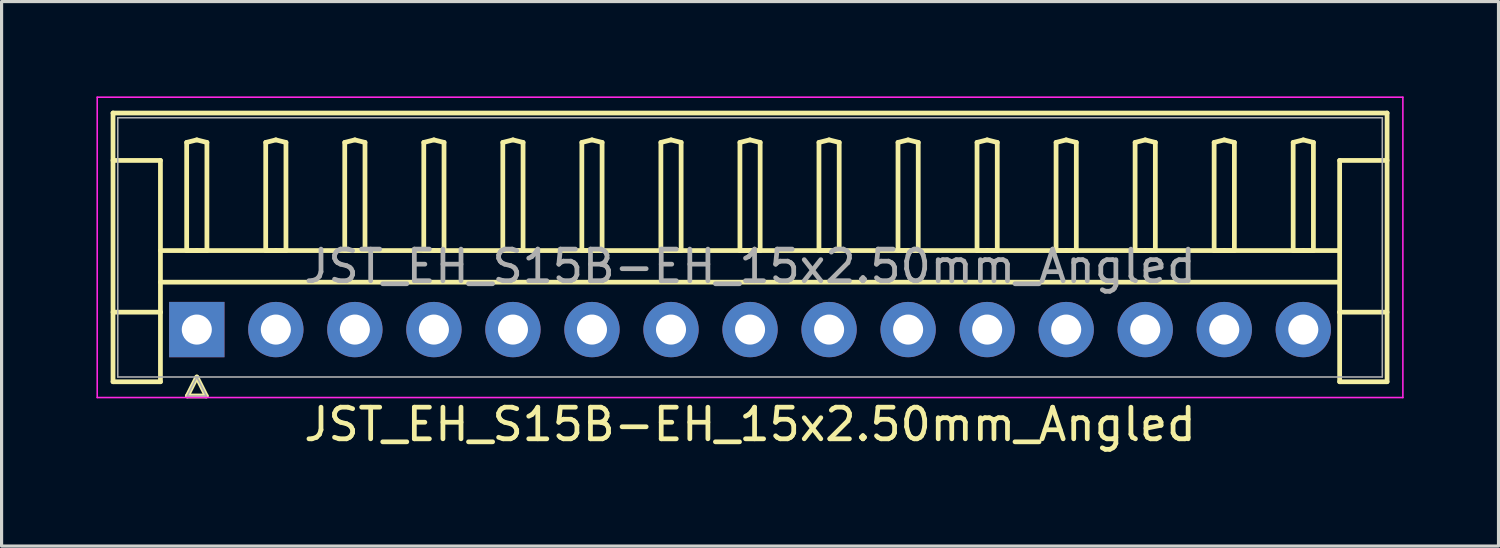
<source format=kicad_pcb>
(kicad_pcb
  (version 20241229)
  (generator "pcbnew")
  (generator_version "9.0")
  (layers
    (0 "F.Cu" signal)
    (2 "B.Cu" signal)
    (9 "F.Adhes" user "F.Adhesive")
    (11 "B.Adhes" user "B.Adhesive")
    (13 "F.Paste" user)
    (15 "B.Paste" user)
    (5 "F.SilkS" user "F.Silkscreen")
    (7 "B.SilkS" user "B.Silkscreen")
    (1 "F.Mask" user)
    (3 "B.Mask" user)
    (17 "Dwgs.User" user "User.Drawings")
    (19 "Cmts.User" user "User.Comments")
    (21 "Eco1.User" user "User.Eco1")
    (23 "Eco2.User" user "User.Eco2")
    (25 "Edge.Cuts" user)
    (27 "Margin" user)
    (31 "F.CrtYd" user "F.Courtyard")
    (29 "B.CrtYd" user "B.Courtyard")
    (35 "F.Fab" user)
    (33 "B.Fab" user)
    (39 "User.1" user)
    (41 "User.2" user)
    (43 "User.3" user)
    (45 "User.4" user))
  (footprint "JST_EH_S15B-EH_15x2.50mm_Angled"
    (layer "F.Cu")
    (at 3.175 7.375)
    (property "Reference" "JST_EH_S15B-EH_15x2.50mm_Angled" (at 17.5 -2 0) (layer "F.Fab") (effects (font (size 1 1) (thickness 0.15))))
    (attr through_hole)
    (fp_line (start -2.65 -6.85) (end 37.65 -6.85) (stroke (width 0.15) (type solid)) (layer "F.SilkS"))
    (fp_line (start -2.65 -5.35) (end -1.15 -5.35) (stroke (width 0.15) (type solid)) (layer "F.SilkS"))
    (fp_line (start -2.65 1.65) (end -2.65 -6.85) (stroke (width 0.15) (type solid)) (layer "F.SilkS"))
    (fp_line (start -1.15 -5.35) (end -1.15 -0.55) (stroke (width 0.15) (type solid)) (layer "F.SilkS"))
    (fp_line (start -1.15 -2.5) (end 36.15 -2.5) (stroke (width 0.15) (type solid)) (layer "F.SilkS"))
    (fp_line (start -1.15 -1.5) (end 36.15 -1.5) (stroke (width 0.15) (type solid)) (layer "F.SilkS"))
    (fp_line (start -1.15 -0.55) (end -2.65 -0.55) (stroke (width 0.15) (type solid)) (layer "F.SilkS"))
    (fp_line (start -1.15 -0.55) (end -1.15 1.65) (stroke (width 0.15) (type solid)) (layer "F.SilkS"))
    (fp_line (start -1.15 1.65) (end -2.65 1.65) (stroke (width 0.15) (type solid)) (layer "F.SilkS"))
    (fp_line (start -0.32 -5.92) (end 0 -6) (stroke (width 0.15) (type solid)) (layer "F.SilkS"))
    (fp_line (start -0.32 -2.5) (end -0.32 -5.92) (stroke (width 0.15) (type solid)) (layer "F.SilkS"))
    (fp_line (start -0.3 2.1) (end 0.3 2.1) (stroke (width 0.15) (type solid)) (layer "F.SilkS"))
    (fp_line (start 0 -6) (end 0.32 -5.92) (stroke (width 0.15) (type solid)) (layer "F.SilkS"))
    (fp_line (start 0 -2.5) (end -0.32 -2.5) (stroke (width 0.15) (type solid)) (layer "F.SilkS"))
    (fp_line (start 0 1.5) (end -0.3 2.1) (stroke (width 0.15) (type solid)) (layer "F.SilkS"))
    (fp_line (start 0.3 2.1) (end 0 1.5) (stroke (width 0.15) (type solid)) (layer "F.SilkS"))
    (fp_line (start 0.32 -5.92) (end 0.32 -2.5) (stroke (width 0.15) (type solid)) (layer "F.SilkS"))
    (fp_line (start 0.32 -2.5) (end 0 -2.5) (stroke (width 0.15) (type solid)) (layer "F.SilkS"))
    (fp_line (start 2.18 -5.92) (end 2.5 -6) (stroke (width 0.15) (type solid)) (layer "F.SilkS"))
    (fp_line (start 2.18 -2.5) (end 2.18 -5.92) (stroke (width 0.15) (type solid)) (layer "F.SilkS"))
    (fp_line (start 2.5 -6) (end 2.82 -5.92) (stroke (width 0.15) (type solid)) (layer "F.SilkS"))
    (fp_line (start 2.5 -2.5) (end 2.18 -2.5) (stroke (width 0.15) (type solid)) (layer "F.SilkS"))
    (fp_line (start 2.82 -5.92) (end 2.82 -2.5) (stroke (width 0.15) (type solid)) (layer "F.SilkS"))
    (fp_line (start 2.82 -2.5) (end 2.5 -2.5) (stroke (width 0.15) (type solid)) (layer "F.SilkS"))
    (fp_line (start 4.68 -5.92) (end 5 -6) (stroke (width 0.15) (type solid)) (layer "F.SilkS"))
    (fp_line (start 4.68 -2.5) (end 4.68 -5.92) (stroke (width 0.15) (type solid)) (layer "F.SilkS"))
    (fp_line (start 5 -6) (end 5.32 -5.92) (stroke (width 0.15) (type solid)) (layer "F.SilkS"))
    (fp_line (start 5 -2.5) (end 4.68 -2.5) (stroke (width 0.15) (type solid)) (layer "F.SilkS"))
    (fp_line (start 5.32 -5.92) (end 5.32 -2.5) (stroke (width 0.15) (type solid)) (layer "F.SilkS"))
    (fp_line (start 5.32 -2.5) (end 5 -2.5) (stroke (width 0.15) (type solid)) (layer "F.SilkS"))
    (fp_line (start 7.18 -5.92) (end 7.5 -6) (stroke (width 0.15) (type solid)) (layer "F.SilkS"))
    (fp_line (start 7.18 -2.5) (end 7.18 -5.92) (stroke (width 0.15) (type solid)) (layer "F.SilkS"))
    (fp_line (start 7.5 -6) (end 7.82 -5.92) (stroke (width 0.15) (type solid)) (layer "F.SilkS"))
    (fp_line (start 7.5 -2.5) (end 7.18 -2.5) (stroke (width 0.15) (type solid)) (layer "F.SilkS"))
    (fp_line (start 7.82 -5.92) (end 7.82 -2.5) (stroke (width 0.15) (type solid)) (layer "F.SilkS"))
    (fp_line (start 7.82 -2.5) (end 7.5 -2.5) (stroke (width 0.15) (type solid)) (layer "F.SilkS"))
    (fp_line (start 9.68 -5.92) (end 10 -6) (stroke (width 0.15) (type solid)) (layer "F.SilkS"))
    (fp_line (start 9.68 -2.5) (end 9.68 -5.92) (stroke (width 0.15) (type solid)) (layer "F.SilkS"))
    (fp_line (start 10 -6) (end 10.32 -5.92) (stroke (width 0.15) (type solid)) (layer "F.SilkS"))
    (fp_line (start 10 -2.5) (end 9.68 -2.5) (stroke (width 0.15) (type solid)) (layer "F.SilkS"))
    (fp_line (start 10.32 -5.92) (end 10.32 -2.5) (stroke (width 0.15) (type solid)) (layer "F.SilkS"))
    (fp_line (start 10.32 -2.5) (end 10 -2.5) (stroke (width 0.15) (type solid)) (layer "F.SilkS"))
    (fp_line (start 12.18 -5.92) (end 12.5 -6) (stroke (width 0.15) (type solid)) (layer "F.SilkS"))
    (fp_line (start 12.18 -2.5) (end 12.18 -5.92) (stroke (width 0.15) (type solid)) (layer "F.SilkS"))
    (fp_line (start 12.5 -6) (end 12.82 -5.92) (stroke (width 0.15) (type solid)) (layer "F.SilkS"))
    (fp_line (start 12.5 -2.5) (end 12.18 -2.5) (stroke (width 0.15) (type solid)) (layer "F.SilkS"))
    (fp_line (start 12.82 -5.92) (end 12.82 -2.5) (stroke (width 0.15) (type solid)) (layer "F.SilkS"))
    (fp_line (start 12.82 -2.5) (end 12.5 -2.5) (stroke (width 0.15) (type solid)) (layer "F.SilkS"))
    (fp_line (start 14.68 -5.92) (end 15 -6) (stroke (width 0.15) (type solid)) (layer "F.SilkS"))
    (fp_line (start 14.68 -2.5) (end 14.68 -5.92) (stroke (width 0.15) (type solid)) (layer "F.SilkS"))
    (fp_line (start 15 -6) (end 15.32 -5.92) (stroke (width 0.15) (type solid)) (layer "F.SilkS"))
    (fp_line (start 15 -2.5) (end 14.68 -2.5) (stroke (width 0.15) (type solid)) (layer "F.SilkS"))
    (fp_line (start 15.32 -5.92) (end 15.32 -2.5) (stroke (width 0.15) (type solid)) (layer "F.SilkS"))
    (fp_line (start 15.32 -2.5) (end 15 -2.5) (stroke (width 0.15) (type solid)) (layer "F.SilkS"))
    (fp_line (start 17.18 -5.92) (end 17.5 -6) (stroke (width 0.15) (type solid)) (layer "F.SilkS"))
    (fp_line (start 17.18 -2.5) (end 17.18 -5.92) (stroke (width 0.15) (type solid)) (layer "F.SilkS"))
    (fp_line (start 17.5 -6) (end 17.82 -5.92) (stroke (width 0.15) (type solid)) (layer "F.SilkS"))
    (fp_line (start 17.5 -2.5) (end 17.18 -2.5) (stroke (width 0.15) (type solid)) (layer "F.SilkS"))
    (fp_line (start 17.82 -5.92) (end 17.82 -2.5) (stroke (width 0.15) (type solid)) (layer "F.SilkS"))
    (fp_line (start 17.82 -2.5) (end 17.5 -2.5) (stroke (width 0.15) (type solid)) (layer "F.SilkS"))
    (fp_line (start 19.68 -5.92) (end 20 -6) (stroke (width 0.15) (type solid)) (layer "F.SilkS"))
    (fp_line (start 19.68 -2.5) (end 19.68 -5.92) (stroke (width 0.15) (type solid)) (layer "F.SilkS"))
    (fp_line (start 20 -6) (end 20.32 -5.92) (stroke (width 0.15) (type solid)) (layer "F.SilkS"))
    (fp_line (start 20 -2.5) (end 19.68 -2.5) (stroke (width 0.15) (type solid)) (layer "F.SilkS"))
    (fp_line (start 20.32 -5.92) (end 20.32 -2.5) (stroke (width 0.15) (type solid)) (layer "F.SilkS"))
    (fp_line (start 20.32 -2.5) (end 20 -2.5) (stroke (width 0.15) (type solid)) (layer "F.SilkS"))
    (fp_line (start 22.18 -5.92) (end 22.5 -6) (stroke (width 0.15) (type solid)) (layer "F.SilkS"))
    (fp_line (start 22.18 -2.5) (end 22.18 -5.92) (stroke (width 0.15) (type solid)) (layer "F.SilkS"))
    (fp_line (start 22.5 -6) (end 22.82 -5.92) (stroke (width 0.15) (type solid)) (layer "F.SilkS"))
    (fp_line (start 22.5 -2.5) (end 22.18 -2.5) (stroke (width 0.15) (type solid)) (layer "F.SilkS"))
    (fp_line (start 22.82 -5.92) (end 22.82 -2.5) (stroke (width 0.15) (type solid)) (layer "F.SilkS"))
    (fp_line (start 22.82 -2.5) (end 22.5 -2.5) (stroke (width 0.15) (type solid)) (layer "F.SilkS"))
    (fp_line (start 24.68 -5.92) (end 25 -6) (stroke (width 0.15) (type solid)) (layer "F.SilkS"))
    (fp_line (start 24.68 -2.5) (end 24.68 -5.92) (stroke (width 0.15) (type solid)) (layer "F.SilkS"))
    (fp_line (start 25 -6) (end 25.32 -5.92) (stroke (width 0.15) (type solid)) (layer "F.SilkS"))
    (fp_line (start 25 -2.5) (end 24.68 -2.5) (stroke (width 0.15) (type solid)) (layer "F.SilkS"))
    (fp_line (start 25.32 -5.92) (end 25.32 -2.5) (stroke (width 0.15) (type solid)) (layer "F.SilkS"))
    (fp_line (start 25.32 -2.5) (end 25 -2.5) (stroke (width 0.15) (type solid)) (layer "F.SilkS"))
    (fp_line (start 27.18 -5.92) (end 27.5 -6) (stroke (width 0.15) (type solid)) (layer "F.SilkS"))
    (fp_line (start 27.18 -2.5) (end 27.18 -5.92) (stroke (width 0.15) (type solid)) (layer "F.SilkS"))
    (fp_line (start 27.5 -6) (end 27.82 -5.92) (stroke (width 0.15) (type solid)) (layer "F.SilkS"))
    (fp_line (start 27.5 -2.5) (end 27.18 -2.5) (stroke (width 0.15) (type solid)) (layer "F.SilkS"))
    (fp_line (start 27.82 -5.92) (end 27.82 -2.5) (stroke (width 0.15) (type solid)) (layer "F.SilkS"))
    (fp_line (start 27.82 -2.5) (end 27.5 -2.5) (stroke (width 0.15) (type solid)) (layer "F.SilkS"))
    (fp_line (start 29.68 -5.92) (end 30 -6) (stroke (width 0.15) (type solid)) (layer "F.SilkS"))
    (fp_line (start 29.68 -2.5) (end 29.68 -5.92) (stroke (width 0.15) (type solid)) (layer "F.SilkS"))
    (fp_line (start 30 -6) (end 30.32 -5.92) (stroke (width 0.15) (type solid)) (layer "F.SilkS"))
    (fp_line (start 30 -2.5) (end 29.68 -2.5) (stroke (width 0.15) (type solid)) (layer "F.SilkS"))
    (fp_line (start 30.32 -5.92) (end 30.32 -2.5) (stroke (width 0.15) (type solid)) (layer "F.SilkS"))
    (fp_line (start 30.32 -2.5) (end 30 -2.5) (stroke (width 0.15) (type solid)) (layer "F.SilkS"))
    (fp_line (start 32.18 -5.92) (end 32.5 -6) (stroke (width 0.15) (type solid)) (layer "F.SilkS"))
    (fp_line (start 32.18 -2.5) (end 32.18 -5.92) (stroke (width 0.15) (type solid)) (layer "F.SilkS"))
    (fp_line (start 32.5 -6) (end 32.82 -5.92) (stroke (width 0.15) (type solid)) (layer "F.SilkS"))
    (fp_line (start 32.5 -2.5) (end 32.18 -2.5) (stroke (width 0.15) (type solid)) (layer "F.SilkS"))
    (fp_line (start 32.82 -5.92) (end 32.82 -2.5) (stroke (width 0.15) (type solid)) (layer "F.SilkS"))
    (fp_line (start 32.82 -2.5) (end 32.5 -2.5) (stroke (width 0.15) (type solid)) (layer "F.SilkS"))
    (fp_line (start 34.68 -5.92) (end 35 -6) (stroke (width 0.15) (type solid)) (layer "F.SilkS"))
    (fp_line (start 34.68 -2.5) (end 34.68 -5.92) (stroke (width 0.15) (type solid)) (layer "F.SilkS"))
    (fp_line (start 35 -6) (end 35.32 -5.92) (stroke (width 0.15) (type solid)) (layer "F.SilkS"))
    (fp_line (start 35 -2.5) (end 34.68 -2.5) (stroke (width 0.15) (type solid)) (layer "F.SilkS"))
    (fp_line (start 35.32 -5.92) (end 35.32 -2.5) (stroke (width 0.15) (type solid)) (layer "F.SilkS"))
    (fp_line (start 35.32 -2.5) (end 35 -2.5) (stroke (width 0.15) (type solid)) (layer "F.SilkS"))
    (fp_line (start 36.15 -5.35) (end 36.15 -0.55) (stroke (width 0.15) (type solid)) (layer "F.SilkS"))
    (fp_line (start 36.15 -0.55) (end 37.65 -0.55) (stroke (width 0.15) (type solid)) (layer "F.SilkS"))
    (fp_line (start 36.15 1.65) (end 36.15 -0.55) (stroke (width 0.15) (type solid)) (layer "F.SilkS"))
    (fp_line (start 37.65 -6.85) (end 37.65 1.65) (stroke (width 0.15) (type solid)) (layer "F.SilkS"))
    (fp_line (start 37.65 -5.35) (end 36.15 -5.35) (stroke (width 0.15) (type solid)) (layer "F.SilkS"))
    (fp_line (start 37.65 1.65) (end 36.15 1.65) (stroke (width 0.15) (type solid)) (layer "F.SilkS"))
    (fp_line (start -3.15 -7.35) (end -3.15 2.15) (stroke (width 0.05) (type solid)) (layer "F.CrtYd"))
    (fp_line (start -3.15 2.15) (end 38.15 2.15) (stroke (width 0.05) (type solid)) (layer "F.CrtYd"))
    (fp_line (start 38.15 -7.35) (end -3.15 -7.35) (stroke (width 0.05) (type solid)) (layer "F.CrtYd"))
    (fp_line (start 38.15 2.15) (end 38.15 -7.35) (stroke (width 0.05) (type solid)) (layer "F.CrtYd"))
    (fp_line (start -2.5 -6.7) (end -2.5 1.5) (stroke (width 0.05) (type solid)) (layer "F.Fab"))
    (fp_line (start -2.5 1.5) (end 37.5 1.5) (stroke (width 0.05) (type solid)) (layer "F.Fab"))
    (fp_line (start -0.3 2.1) (end 0.3 2.1) (stroke (width 0.05) (type solid)) (layer "F.Fab"))
    (fp_line (start 0 1.5) (end -0.3 2.1) (stroke (width 0.05) (type solid)) (layer "F.Fab"))
    (fp_line (start 0.3 2.1) (end 0 1.5) (stroke (width 0.05) (type solid)) (layer "F.Fab"))
    (fp_line (start 37.5 -6.7) (end -2.5 -6.7) (stroke (width 0.05) (type solid)) (layer "F.Fab"))
    (fp_line (start 37.5 1.5) (end 37.5 -6.7) (stroke (width 0.05) (type solid)) (layer "F.Fab"))
    (fp_text user "${REFERENCE}" (at 17.5 3 0) (layer "F.SilkS") (effects (font (size 1 1) (thickness 0.15))))
    (pad "1" thru_hole rect (at 0 0) (size 1.75 1.75) (drill 0.95) (layers "*.Cu" "*.Mask"))
    (pad "2" thru_hole circle (at 2.5 0) (size 1.75 1.75) (drill 0.95) (layers "*.Cu" "*.Mask"))
    (pad "3" thru_hole circle (at 5 0) (size 1.75 1.75) (drill 0.95) (layers "*.Cu" "*.Mask"))
    (pad "4" thru_hole circle (at 7.5 0) (size 1.75 1.75) (drill 0.95) (layers "*.Cu" "*.Mask"))
    (pad "5" thru_hole circle (at 10 0) (size 1.75 1.75) (drill 0.95) (layers "*.Cu" "*.Mask"))
    (pad "6" thru_hole circle (at 12.5 0) (size 1.75 1.75) (drill 0.95) (layers "*.Cu" "*.Mask"))
    (pad "7" thru_hole circle (at 15 0) (size 1.75 1.75) (drill 0.95) (layers "*.Cu" "*.Mask"))
    (pad "8" thru_hole circle (at 17.5 0) (size 1.75 1.75) (drill 0.95) (layers "*.Cu" "*.Mask"))
    (pad "9" thru_hole circle (at 20 0) (size 1.75 1.75) (drill 0.95) (layers "*.Cu" "*.Mask"))
    (pad "10" thru_hole circle (at 22.5 0) (size 1.75 1.75) (drill 0.95) (layers "*.Cu" "*.Mask"))
    (pad "11" thru_hole circle (at 25 0) (size 1.75 1.75) (drill 0.95) (layers "*.Cu" "*.Mask"))
    (pad "12" thru_hole circle (at 27.5 0) (size 1.75 1.75) (drill 0.95) (layers "*.Cu" "*.Mask"))
    (pad "13" thru_hole circle (at 30 0) (size 1.75 1.75) (drill 0.95) (layers "*.Cu" "*.Mask"))
    (pad "14" thru_hole circle (at 32.5 0) (size 1.75 1.75) (drill 0.95) (layers "*.Cu" "*.Mask"))
    (pad "15" thru_hole circle (at 35 0) (size 1.75 1.75) (drill 0.95) (layers "*.Cu" "*.Mask")))
  (gr_rect
    (start -3 -3)
    (end 44.35 14.223)
    (stroke (width 0.1) (type default))
    (fill no)
    (layer "Edge.Cuts")))
</source>
